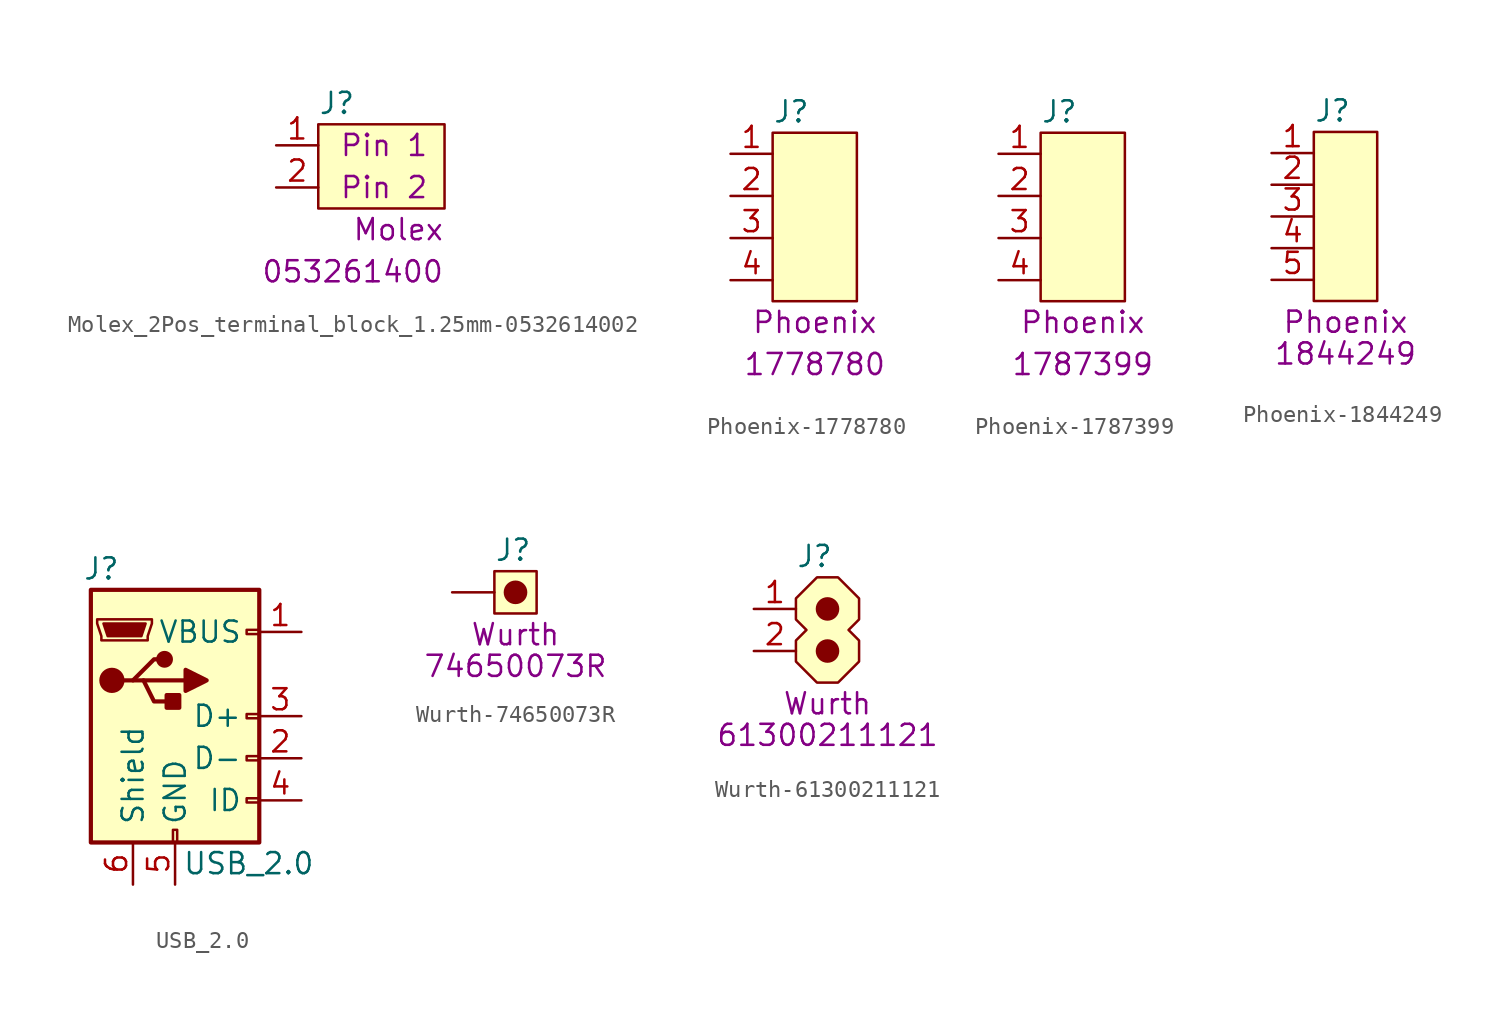
<source format=kicad_sym>
(kicad_symbol_lib
  (version 20211014)
  (generator kicad_symbol_editor)
  (symbol "Molex_2Pos_terminal_block_1.25mm-0532614002"
    (pin_names
      (offset 1.016))
    (property "Reference" "J"
      (at -2.54 2.54 0)
      (effects (font (size 1.27 1.27)) (justify left)))
    (property "Pin1" "Pin 1"
      (at -1.27 0 0)
      (effects (font (size 1.27 1.27)) (justify left)))
    (property "Pin2" "Pin 2"
      (at -1.27 -2.54 0)
      (effects (font (size 1.27 1.27)) (justify left)))
    (property "Manufacturer" "Molex"
      (at 5.08 -5.08 0)
      (effects (font (size 1.27 1.27)) (justify right)))
    (property "MPN" "053261400"
      (at 5.08 -7.62 0)
      (effects (font (size 1.27 1.27)) (justify right)))
    (symbol "Molex_2Pos_terminal_block_1.25mm-0532614002_0_1"
      (rectangle (start -2.54 1.27) (end 5.08 -3.81) (stroke (width 0) (type default) (color 0 0 0 0)) (fill (type background))))
    (symbol "Molex_2Pos_terminal_block_1.25mm-0532614002_1_1"
      (pin input line (at -5.08 0 0) (length 2.54) (name "~" (effects (font (size 1.27 1.27)))) (number "1" (effects (font (size 1.27 1.27)))))
      (pin input line (at -5.08 -2.54 0) (length 2.54) (name "~" (effects (font (size 1.27 1.27)))) (number "2" (effects (font (size 1.27 1.27)))))))
  (symbol "Phoenix-1778780"
    (pin_names
      (offset 1.016))
    (property "Reference" "J"
      (at -2.54 6.35 0)
      (effects (font (size 1.27 1.27)) (justify left)))
    (property "Manufacturer" "Phoenix"
      (at 0 -6.35 0)
      (effects (font (size 1.27 1.27))))
    (property "MPN" "1778780"
      (at 0 -8.89 0)
      (effects (font (size 1.27 1.27))))
    (symbol "Phoenix-1778780_1_1"
      (rectangle (start -2.54 5.08) (end 2.54 -5.08) (stroke (width 0) (type default) (color 0 0 0 0)) (fill (type background)))
      (pin unspecified line (at -5.08 3.81 0) (length 2.54) (name "~" (effects (font (size 1.27 1.27)))) (number "1" (effects (font (size 1.27 1.27)))))
      (pin unspecified line (at -5.08 1.27 0) (length 2.54) (name "~" (effects (font (size 1.27 1.27)))) (number "2" (effects (font (size 1.27 1.27)))))
      (pin unspecified line (at -5.08 -1.27 0) (length 2.54) (name "~" (effects (font (size 1.27 1.27)))) (number "3" (effects (font (size 1.27 1.27)))))
      (pin unspecified line (at -5.08 -3.81 0) (length 2.54) (name "~" (effects (font (size 1.27 1.27)))) (number "4" (effects (font (size 1.27 1.27)))))))
  (symbol "Phoenix-1787399"
    (pin_names
      (offset 1.016))
    (property "Reference" "J"
      (at -2.54 6.35 0)
      (effects (font (size 1.27 1.27)) (justify left)))
    (property "Manufacturer" "Phoenix"
      (at 0 -6.35 0)
      (effects (font (size 1.27 1.27))))
    (property "MPN" "1787399"
      (at 0 -8.89 0)
      (effects (font (size 1.27 1.27))))
    (symbol "Phoenix-1787399_1_1"
      (rectangle (start -2.54 5.08) (end 2.54 -5.08) (stroke (width 0) (type default) (color 0 0 0 0)) (fill (type background)))
      (pin unspecified line (at -5.08 3.81 0) (length 2.54) (name "~" (effects (font (size 1.27 1.27)))) (number "1" (effects (font (size 1.27 1.27)))))
      (pin unspecified line (at -5.08 1.27 0) (length 2.54) (name "~" (effects (font (size 1.27 1.27)))) (number "2" (effects (font (size 1.27 1.27)))))
      (pin unspecified line (at -5.08 -1.27 0) (length 2.54) (name "~" (effects (font (size 1.27 1.27)))) (number "3" (effects (font (size 1.27 1.27)))))
      (pin unspecified line (at -5.08 -3.81 0) (length 2.54) (name "~" (effects (font (size 1.27 1.27)))) (number "4" (effects (font (size 1.27 1.27)))))))
  (symbol "Phoenix-1844249"
    (pin_names
      (offset 1.016))
    (property "Reference" "J"
      (at -1.905 6.35 0)
      (effects (font (size 1.27 1.27)) (justify left)))
    (property "Manufacturer" "Phoenix"
      (at 0 -6.35 0)
      (effects (font (size 1.27 1.27))))
    (property "MPN" "1844249"
      (at 0 -8.255 0)
      (effects (font (size 1.27 1.27))))
    (symbol "Phoenix-1844249_0_0"
      (pin unspecified line (at -4.445 3.81 0) (length 2.54) (name "~" (effects (font (size 1.27 1.27)))) (number "1" (effects (font (size 1.27 1.27)))))
      (pin unspecified line (at -4.445 1.905 0) (length 2.54) (name "~" (effects (font (size 1.27 1.27)))) (number "2" (effects (font (size 1.27 1.27)))))
      (pin unspecified line (at -4.445 0 0) (length 2.54) (name "~" (effects (font (size 1.27 1.27)))) (number "3" (effects (font (size 1.27 1.27)))))
      (pin unspecified line (at -4.445 -1.905 0) (length 2.54) (name "~" (effects (font (size 1.27 1.27)))) (number "4" (effects (font (size 1.27 1.27))))))
    (symbol "Phoenix-1844249_0_1"
      (rectangle (start -1.905 5.08) (end 1.905 -5.08) (stroke (width 0) (type default) (color 0 0 0 0)) (fill (type background))))
    (symbol "Phoenix-1844249_1_1"
      (pin unspecified line (at -4.445 -3.81 0) (length 2.54) (name "~" (effects (font (size 1.27 1.27)))) (number "5" (effects (font (size 1.27 1.27)))))))
  (symbol "USB_2.0"
    (pin_names
      (offset 1.016))
    (property "Reference" "J"
      (at -4.445 8.89 0)
      (effects (font (size 1.27 1.27))))
    (property "Value" "USB_2.0"
      (at 4.445 -8.89 0)
      (effects (font (size 1.27 1.27))))
    (symbol "USB_2.0_1_1"
      (rectangle (start -5.08 -7.62) (end 5.08 7.62) (stroke (width 0.254) (type default) (color 0 0 0 0)) (fill (type background)))
      (circle (center -3.81 2.159) (radius 0.635) (stroke (width 0.254) (type default) (color 0 0 0 0)) (fill (type outline)))
      (circle (center -0.635 3.429) (radius 0.381) (stroke (width 0.254) (type default) (color 0 0 0 0)) (fill (type outline)))
      (rectangle (start -0.127 -7.62) (end 0.127 -6.858) (stroke (width 0) (type default) (color 0 0 0 0)) (fill (type none)))
      (polyline (pts (xy -1.905 2.159) (xy 0.635 2.159)) (stroke (width 0.254) (type default) (color 0 0 0 0)) (fill (type none)))
      (polyline (pts (xy -3.175 2.159) (xy -2.54 2.159) (xy -1.27 3.429) (xy -0.635 3.429)) (stroke (width 0.254) (type default) (color 0 0 0 0)) (fill (type none)))
      (polyline (pts (xy -2.54 2.159) (xy -1.905 2.159) (xy -1.27 0.889) (xy 0 0.889)) (stroke (width 0.254) (type default) (color 0 0 0 0)) (fill (type none)))
      (polyline (pts (xy 0.635 2.794) (xy 0.635 1.524) (xy 1.905 2.159) (xy 0.635 2.794)) (stroke (width 0.254) (type default) (color 0 0 0 0)) (fill (type outline)))
      (polyline (pts (xy -4.318 5.588) (xy -1.778 5.588) (xy -2.032 4.826) (xy -4.064 4.826) (xy -4.318 5.588)) (stroke (width 0) (type default) (color 0 0 0 0)) (fill (type outline)))
      (polyline (pts (xy -4.699 5.842) (xy -4.699 5.588) (xy -4.445 4.826) (xy -4.445 4.572) (xy -1.651 4.572) (xy -1.651 4.826) (xy -1.397 5.588) (xy -1.397 5.842) (xy -4.699 5.842)) (stroke (width 0) (type default) (color 0 0 0 0)) (fill (type none)))
      (rectangle (start 0.254 1.27) (end -0.508 0.508) (stroke (width 0.254) (type default) (color 0 0 0 0)) (fill (type outline)))
      (rectangle (start 5.08 -5.207) (end 4.318 -4.953) (stroke (width 0) (type default) (color 0 0 0 0)) (fill (type none)))
      (rectangle (start 5.08 -2.667) (end 4.318 -2.413) (stroke (width 0) (type default) (color 0 0 0 0)) (fill (type none)))
      (rectangle (start 5.08 -0.127) (end 4.318 0.127) (stroke (width 0) (type default) (color 0 0 0 0)) (fill (type none)))
      (rectangle (start 5.08 4.953) (end 4.318 5.207) (stroke (width 0) (type default) (color 0 0 0 0)) (fill (type none)))
      (pin power_out line (at 7.62 5.08 180) (length 2.54) (name "VBUS" (effects (font (size 1.27 1.27)))) (number "1" (effects (font (size 1.27 1.27)))))
      (pin passive line (at 7.62 -2.54 180) (length 2.54) (name "D-" (effects (font (size 1.27 1.27)))) (number "2" (effects (font (size 1.27 1.27)))))
      (pin passive line (at 7.62 0 180) (length 2.54) (name "D+" (effects (font (size 1.27 1.27)))) (number "3" (effects (font (size 1.27 1.27)))))
      (pin passive line (at 7.62 -5.08 180) (length 2.54) (name "ID" (effects (font (size 1.27 1.27)))) (number "4" (effects (font (size 1.27 1.27)))))
      (pin power_out line (at 0 -10.16 90) (length 2.54) (name "GND" (effects (font (size 1.27 1.27)))) (number "5" (effects (font (size 1.27 1.27)))))
      (pin passive line (at -2.54 -10.16 90) (length 2.54) (name "Shield" (effects (font (size 1.27 1.27)))) (number "6" (effects (font (size 1.27 1.27)))))))
  (symbol "Wurth-74650073R"
    (pin_numbers hide)
    (pin_names
      (offset 1.016))
    (property "Reference" "J"
      (at -1.27 2.54 0)
      (effects (font (size 1.27 1.27)) (justify left)))
    (property "MPN" "74650073R"
      (at 0 -4.445 0)
      (effects (font (size 1.27 1.27))))
    (property "Manufacturer" "Wurth"
      (at 0 -2.54 0)
      (effects (font (size 1.27 1.27))))
    (symbol "Wurth-74650073R_0_0"
      (pin unspecified line (at -3.81 0 0) (length 2.54) (name "~" (effects (font (size 1.27 1.27)))) (number "1" (effects (font (size 1.27 1.27))))))
    (symbol "Wurth-74650073R_0_1"
      (rectangle (start -1.27 1.27) (end 1.27 -1.27) (stroke (width 0) (type default) (color 0 0 0 0)) (fill (type background)))
      (circle (center 0 0) (radius 0.635) (stroke (width 0) (type default) (color 0 0 0 0)) (fill (type outline)))))
  (symbol "Wurth-61300211121"
    (pin_names
      (offset 1.016))
    (property "Reference" "J"
      (at -1.905 4.445 0)
      (effects (font (size 1.27 1.27)) (justify left)))
    (property "MPN" "61300211121"
      (at 0 -6.35 0)
      (effects (font (size 1.27 1.27))))
    (property "Manufacturer" "Wurth"
      (at 0 -4.445 0)
      (effects (font (size 1.27 1.27))))
    (symbol "Wurth-61300211121_0_0"
      (pin unspecified line (at -4.445 1.27 0) (length 2.54) (name "~" (effects (font (size 1.27 1.27)))) (number "1" (effects (font (size 1.27 1.27))))))
    (symbol "Wurth-61300211121_0_1"
      (circle (center 0 -1.27) (radius 0.635) (stroke (width 0) (type default) (color 0 0 0 0)) (fill (type outline)))
      (polyline (pts (xy 0.635 3.175) (xy -0.635 3.175) (xy -1.905 1.905) (xy -1.905 0.635) (xy -1.27 0) (xy -1.905 -0.635) (xy -1.905 -1.905) (xy -0.635 -3.175) (xy 0.635 -3.175) (xy 1.905 -1.905) (xy 1.905 -0.635) (xy 1.27 0) (xy 1.905 0.635) (xy 1.905 1.905) (xy 0.635 3.175)) (stroke (width 0) (type default) (color 0 0 0 0)) (fill (type background)))
      (circle (center 0 1.27) (radius 0.635) (stroke (width 0) (type default) (color 0 0 0 0)) (fill (type outline))))
    (symbol "Wurth-61300211121_1_1"
      (pin unspecified line (at -4.445 -1.27 0) (length 2.54) (name "~" (effects (font (size 1.27 1.27)))) (number "2" (effects (font (size 1.27 1.27))))))))
</source>
